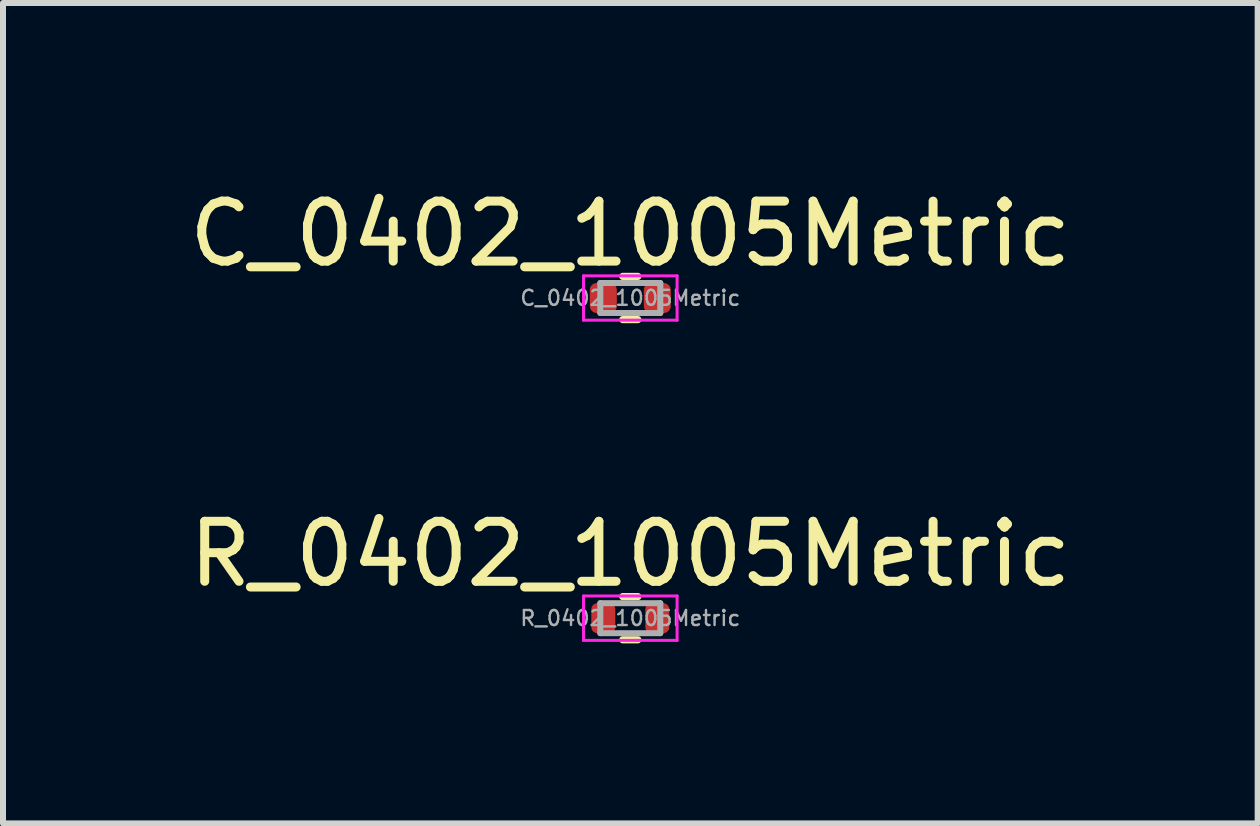
<source format=kicad_pcb>
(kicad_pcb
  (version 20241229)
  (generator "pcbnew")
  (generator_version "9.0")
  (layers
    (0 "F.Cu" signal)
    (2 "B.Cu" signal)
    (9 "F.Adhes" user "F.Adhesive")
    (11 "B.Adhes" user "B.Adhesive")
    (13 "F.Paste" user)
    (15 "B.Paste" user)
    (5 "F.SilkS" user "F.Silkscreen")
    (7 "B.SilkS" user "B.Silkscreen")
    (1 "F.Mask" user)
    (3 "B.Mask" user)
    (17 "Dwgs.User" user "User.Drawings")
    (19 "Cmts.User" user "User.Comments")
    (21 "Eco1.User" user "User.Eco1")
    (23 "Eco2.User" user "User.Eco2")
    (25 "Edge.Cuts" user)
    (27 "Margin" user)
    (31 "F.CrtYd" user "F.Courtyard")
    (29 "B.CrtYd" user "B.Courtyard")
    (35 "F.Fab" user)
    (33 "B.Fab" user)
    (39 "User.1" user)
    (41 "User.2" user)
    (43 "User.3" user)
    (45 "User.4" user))
  (footprint "C_0402_1005Metric"
    (layer "F.Cu")
    (at 7.458 1.918)
    (property "Reference" "C_0402_1005Metric" (at 0 -1.07 0) (layer "F.SilkS") (effects (font (size 1 1) (thickness 0.15))))
    (attr smd)
    (fp_line (start -0.126 -0.36) (end 0.126 -0.36) (stroke (width 0.12) (type solid)) (layer "F.SilkS"))
    (fp_line (start -0.126 0.36) (end 0.126 0.36) (stroke (width 0.12) (type solid)) (layer "F.SilkS"))
    (fp_line (start -0.78 -0.37) (end 0.78 -0.37) (stroke (width 0.05) (type solid)) (layer "F.CrtYd"))
    (fp_line (start -0.78 0.37) (end -0.78 -0.37) (stroke (width 0.05) (type solid)) (layer "F.CrtYd"))
    (fp_line (start 0.78 -0.37) (end 0.78 0.37) (stroke (width 0.05) (type solid)) (layer "F.CrtYd"))
    (fp_line (start 0.78 0.37) (end -0.78 0.37) (stroke (width 0.05) (type solid)) (layer "F.CrtYd"))
    (fp_line (start -0.5 -0.25) (end 0.5 -0.25) (stroke (width 0.1) (type solid)) (layer "F.Fab"))
    (fp_line (start -0.5 0.25) (end -0.5 -0.25) (stroke (width 0.1) (type solid)) (layer "F.Fab"))
    (fp_line (start 0.5 -0.25) (end 0.5 0.25) (stroke (width 0.1) (type solid)) (layer "F.Fab"))
    (fp_line (start 0.5 0.25) (end -0.5 0.25) (stroke (width 0.1) (type solid)) (layer "F.Fab"))
    (fp_text user "${REFERENCE}" (at 0 0 0) (layer "F.Fab") (effects (font (size 0.25 0.25) (thickness 0.04))))
    (pad "1" smd roundrect (at -0.45 0) (size 0.45 0.5) (layers "F.Cu" "F.Mask" "F.Paste") (roundrect_rratio 0.25))
    (pad "2" smd roundrect (at 0.45 0) (size 0.45 0.5) (layers "F.Cu" "F.Mask" "F.Paste") (roundrect_rratio 0.25)))
  (footprint "R_0402_1005Metric"
    (layer "F.Cu")
    (at 7.458 7.256)
    (property "Reference" "R_0402_1005Metric" (at 0 -1.07 0) (layer "F.SilkS") (effects (font (size 1 1) (thickness 0.15))))
    (attr smd)
    (fp_line (start -0.126 -0.36) (end 0.126 -0.36) (stroke (width 0.12) (type solid)) (layer "F.SilkS"))
    (fp_line (start -0.126 0.36) (end 0.126 0.36) (stroke (width 0.12) (type solid)) (layer "F.SilkS"))
    (fp_line (start -0.78 -0.37) (end 0.78 -0.37) (stroke (width 0.05) (type solid)) (layer "F.CrtYd"))
    (fp_line (start -0.78 0.37) (end -0.78 -0.37) (stroke (width 0.05) (type solid)) (layer "F.CrtYd"))
    (fp_line (start 0.78 -0.37) (end 0.78 0.37) (stroke (width 0.05) (type solid)) (layer "F.CrtYd"))
    (fp_line (start 0.78 0.37) (end -0.78 0.37) (stroke (width 0.05) (type solid)) (layer "F.CrtYd"))
    (fp_line (start -0.5 -0.25) (end 0.5 -0.25) (stroke (width 0.1) (type solid)) (layer "F.Fab"))
    (fp_line (start -0.5 0.25) (end -0.5 -0.25) (stroke (width 0.1) (type solid)) (layer "F.Fab"))
    (fp_line (start 0.5 -0.25) (end 0.5 0.25) (stroke (width 0.1) (type solid)) (layer "F.Fab"))
    (fp_line (start 0.5 0.25) (end -0.5 0.25) (stroke (width 0.1) (type solid)) (layer "F.Fab"))
    (fp_text user "${REFERENCE}" (at 0 0 0) (layer "F.Fab") (effects (font (size 0.25 0.25) (thickness 0.04))))
    (pad "1" smd roundrect (at -0.45 0) (size 0.4 0.5) (layers "F.Cu" "F.Mask" "F.Paste") (roundrect_rratio 0.25))
    (pad "2" smd roundrect (at 0.45 0) (size 0.4 0.5) (layers "F.Cu" "F.Mask" "F.Paste") (roundrect_rratio 0.25)))
  (gr_rect
    (start -3 -3)
    (end 17.917 10.677)
    (stroke (width 0.1) (type default))
    (fill no)
    (layer "Edge.Cuts")))
</source>
